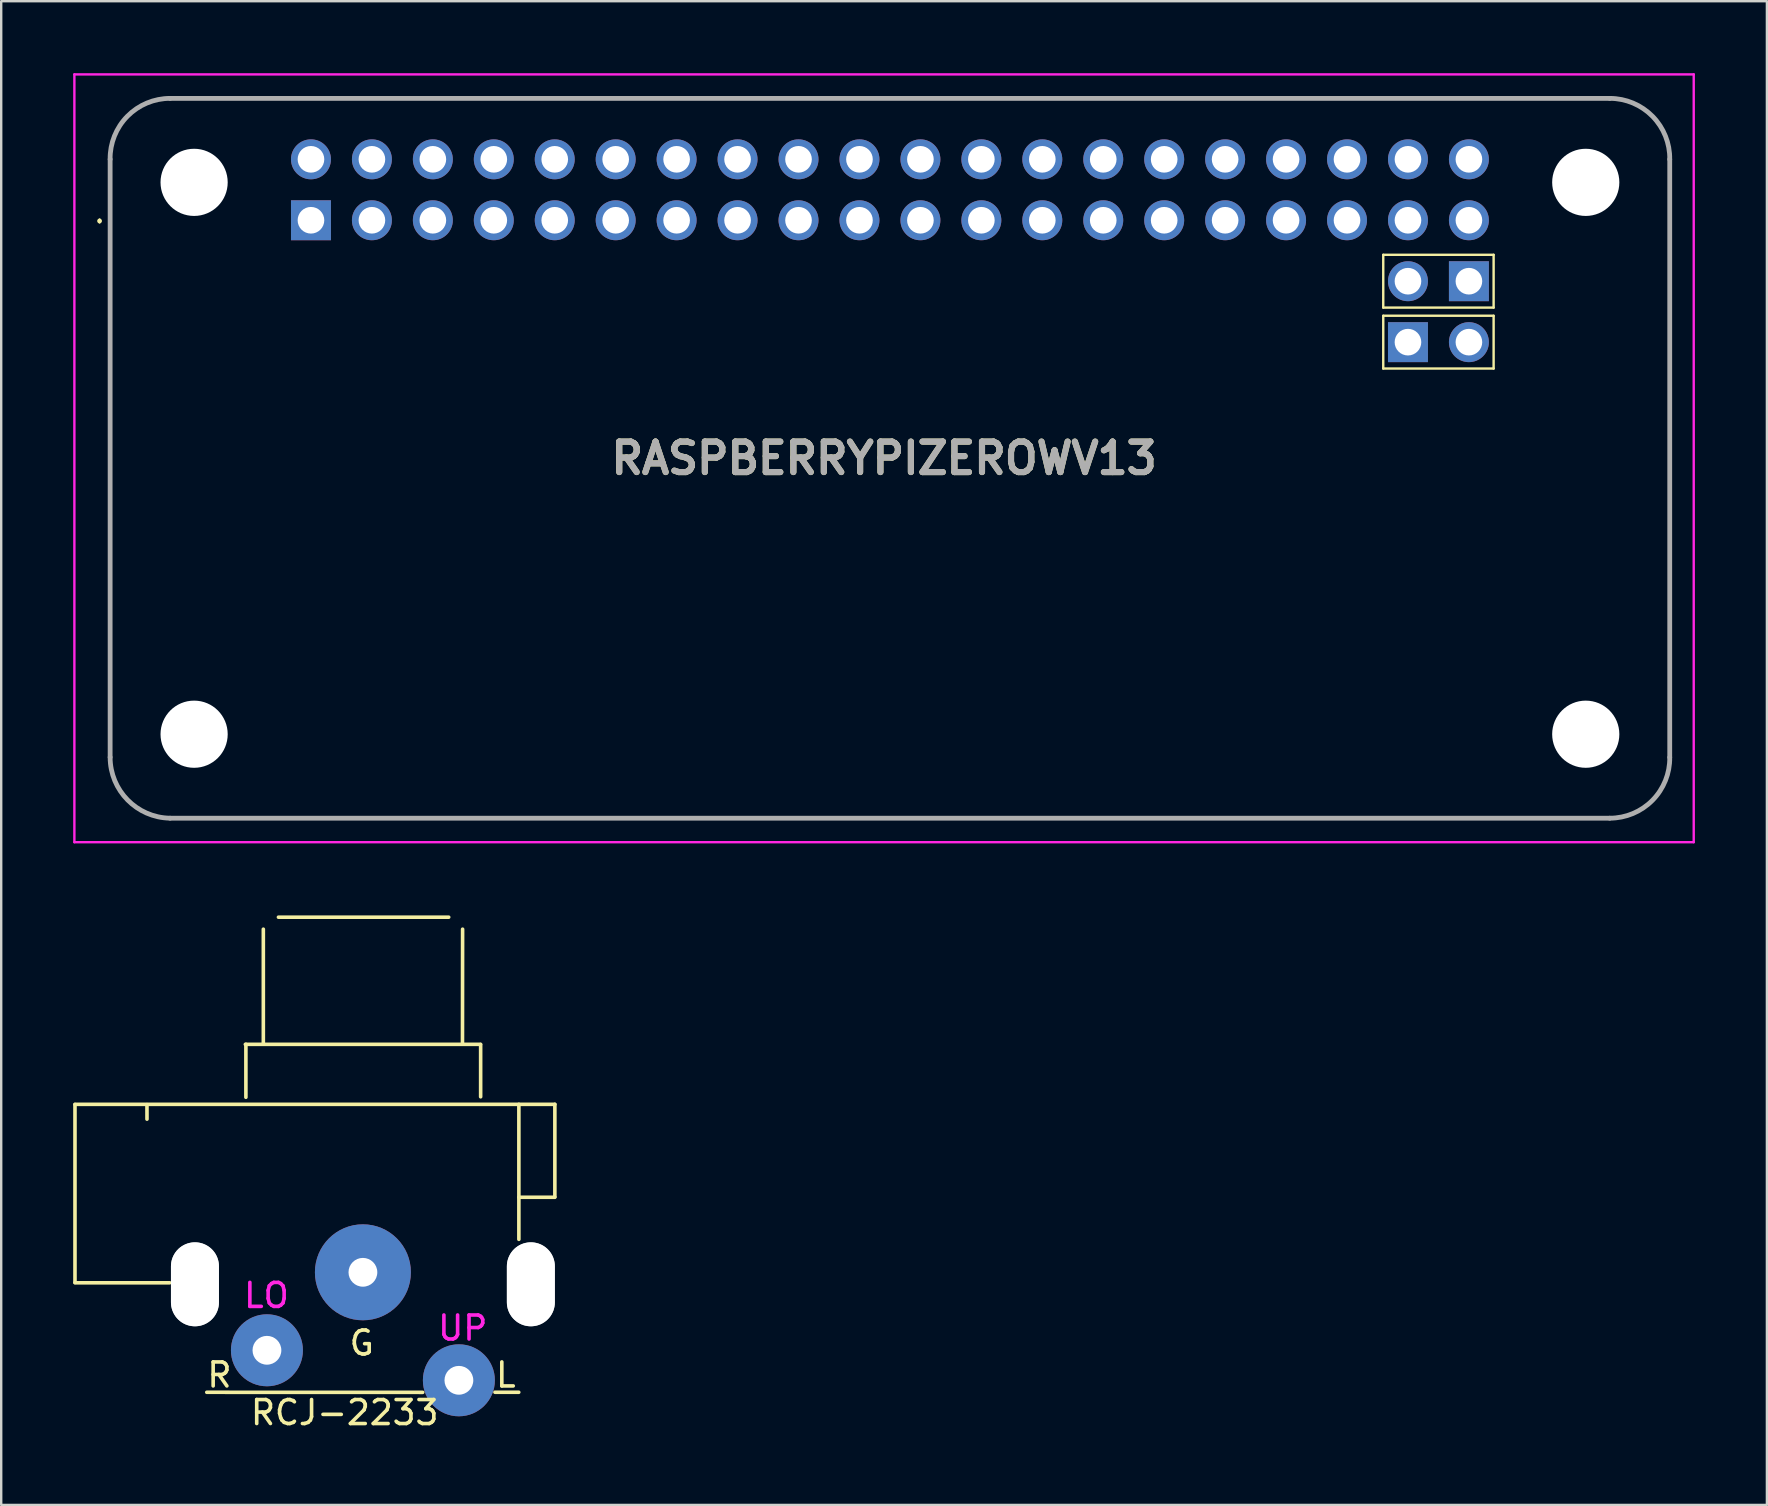
<source format=kicad_pcb>
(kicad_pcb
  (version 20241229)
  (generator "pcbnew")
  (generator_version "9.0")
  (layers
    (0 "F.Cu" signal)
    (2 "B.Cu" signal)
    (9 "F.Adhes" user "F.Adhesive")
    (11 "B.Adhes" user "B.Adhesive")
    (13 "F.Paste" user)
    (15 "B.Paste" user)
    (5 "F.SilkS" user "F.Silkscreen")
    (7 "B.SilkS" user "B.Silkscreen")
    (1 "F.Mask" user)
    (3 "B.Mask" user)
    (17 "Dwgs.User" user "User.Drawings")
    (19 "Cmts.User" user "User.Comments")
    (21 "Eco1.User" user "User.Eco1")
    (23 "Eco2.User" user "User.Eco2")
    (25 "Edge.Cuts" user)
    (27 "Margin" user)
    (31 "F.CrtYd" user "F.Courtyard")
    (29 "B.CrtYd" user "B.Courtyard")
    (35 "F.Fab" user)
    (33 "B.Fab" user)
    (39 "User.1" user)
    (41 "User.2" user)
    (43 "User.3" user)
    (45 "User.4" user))
  (footprint "RASPBERRYPIZEROWV13"
    (layer "F.Cu")
    (at 33.795 16.05)
    (property "Reference" "RASPBERRYPIZEROWV13" (at 0 0 0) (layer "F.SilkS") (effects (font (size 1.27 1.27) (thickness 0.254))))
    (attr through_hole)
    (fp_line (start -32.695 -9.94) (end -32.695 -9.94) (stroke (width 0.1) (type solid)) (layer "F.SilkS"))
    (fp_line (start -32.695 -9.84) (end -32.695 -9.84) (stroke (width 0.1) (type solid)) (layer "F.SilkS"))
    (fp_line (start -32.255 -12.46) (end -32.255 12.46) (stroke (width 0.1) (type solid)) (layer "F.SilkS"))
    (fp_line (start -29.755 15) (end 30.245 15) (stroke (width 0.1) (type solid)) (layer "F.SilkS"))
    (fp_line (start 20.805 -8.48) (end 25.405 -8.48) (stroke (width 0.1) (type solid)) (layer "F.SilkS"))
    (fp_line (start 20.805 -6.28) (end 20.805 -8.48) (stroke (width 0.1) (type solid)) (layer "F.SilkS"))
    (fp_line (start 20.805 -5.94) (end 25.405 -5.94) (stroke (width 0.1) (type solid)) (layer "F.SilkS"))
    (fp_line (start 20.805 -3.74) (end 20.805 -5.94) (stroke (width 0.1) (type solid)) (layer "F.SilkS"))
    (fp_line (start 25.405 -8.48) (end 25.405 -6.28) (stroke (width 0.1) (type solid)) (layer "F.SilkS"))
    (fp_line (start 25.405 -6.28) (end 20.805 -6.28) (stroke (width 0.1) (type solid)) (layer "F.SilkS"))
    (fp_line (start 25.405 -5.94) (end 25.405 -3.74) (stroke (width 0.1) (type solid)) (layer "F.SilkS"))
    (fp_line (start 25.405 -3.74) (end 20.805 -3.74) (stroke (width 0.1) (type solid)) (layer "F.SilkS"))
    (fp_line (start 30.245 -15) (end -29.755 -15) (stroke (width 0.1) (type solid)) (layer "F.SilkS"))
    (fp_line (start 32.745 12.46) (end 32.745 -12.46) (stroke (width 0.1) (type solid)) (layer "F.SilkS"))
    (fp_arc (start -32.695 -9.94) (mid -32.645 -9.89) (end -32.695 -9.84) (stroke (width 0.1) (type solid)) (layer "F.SilkS"))
    (fp_arc (start -32.695 -9.84) (mid -32.745 -9.89) (end -32.695 -9.94) (stroke (width 0.1) (type solid)) (layer "F.SilkS"))
    (fp_arc (start -32.255061 -12.463955) (mid -31.535456 -14.254877) (end -29.755 -15) (stroke (width 0.1) (type solid)) (layer "F.SilkS"))
    (fp_arc (start -29.759015 14.999933) (mid -31.526564 14.240534) (end -32.255 12.46) (stroke (width 0.1) (type solid)) (layer "F.SilkS"))
    (fp_arc (start 30.249015 -14.999933) (mid 32.016564 -14.240534) (end 32.745 -12.46) (stroke (width 0.1) (type solid)) (layer "F.SilkS"))
    (fp_arc (start 32.745061 12.463955) (mid 32.025456 14.254877) (end 30.245 15) (stroke (width 0.1) (type solid)) (layer "F.SilkS"))
    (fp_line (start -33.745 -16) (end 33.745 -16) (stroke (width 0.1) (type solid)) (layer "F.CrtYd"))
    (fp_line (start -33.745 16) (end -33.745 -16) (stroke (width 0.1) (type solid)) (layer "F.CrtYd"))
    (fp_line (start 33.745 -16) (end 33.745 16) (stroke (width 0.1) (type solid)) (layer "F.CrtYd"))
    (fp_line (start 33.745 16) (end -33.745 16) (stroke (width 0.1) (type solid)) (layer "F.CrtYd"))
    (fp_line (start -32.255 -12.46) (end -32.255 12.46) (stroke (width 0.2) (type solid)) (layer "F.Fab"))
    (fp_line (start -29.755 15) (end 30.245 15) (stroke (width 0.2) (type solid)) (layer "F.Fab"))
    (fp_line (start 30.245 -15) (end -29.755 -15) (stroke (width 0.2) (type solid)) (layer "F.Fab"))
    (fp_line (start 32.745 12.46) (end 32.745 -12.46) (stroke (width 0.2) (type solid)) (layer "F.Fab"))
    (fp_arc (start -32.255061 -12.463955) (mid -31.535456 -14.254877) (end -29.755 -15) (stroke (width 0.2) (type solid)) (layer "F.Fab"))
    (fp_arc (start -29.759015 14.999933) (mid -31.526564 14.240534) (end -32.255 12.46) (stroke (width 0.2) (type solid)) (layer "F.Fab"))
    (fp_arc (start 30.248955 -14.999995) (mid 32.028229 -14.252057) (end 32.745 -12.46) (stroke (width 0.2) (type solid)) (layer "F.Fab"))
    (fp_arc (start 32.745061 12.463955) (mid 32.025456 14.254877) (end 30.245 15) (stroke (width 0.2) (type solid)) (layer "F.Fab"))
    (fp_text user "${REFERENCE}" (at 0 0 0) (layer "F.Fab") (effects (font (size 1.27 1.27) (thickness 0.254))))
    (pad "" np_thru_hole circle (at -28.755 -11.5) (size 2.8 2.8) (drill 2.8) (layers "*.Cu" "*.Mask"))
    (pad "" np_thru_hole circle (at -28.755 11.5) (size 2.8 2.8) (drill 2.8) (layers "*.Cu" "*.Mask"))
    (pad "" np_thru_hole circle (at 29.245 -11.5) (size 2.8 2.8) (drill 2.8) (layers "*.Cu" "*.Mask"))
    (pad "" np_thru_hole circle (at 29.245 11.5) (size 2.8 2.8) (drill 2.8) (layers "*.Cu" "*.Mask"))
    (pad "1" thru_hole rect (at -23.885 -9.92) (size 1.665 1.665) (drill 1.11) (layers "*.Cu" "*.Mask"))
    (pad "2" thru_hole circle (at -23.885 -12.46) (size 1.665 1.665) (drill 1.11) (layers "*.Cu" "*.Mask"))
    (pad "3" thru_hole circle (at -21.345 -9.92) (size 1.665 1.665) (drill 1.11) (layers "*.Cu" "*.Mask"))
    (pad "4" thru_hole circle (at -21.345 -12.46) (size 1.665 1.665) (drill 1.11) (layers "*.Cu" "*.Mask"))
    (pad "5" thru_hole circle (at -18.805 -9.92) (size 1.665 1.665) (drill 1.11) (layers "*.Cu" "*.Mask"))
    (pad "6" thru_hole circle (at -18.805 -12.46) (size 1.665 1.665) (drill 1.11) (layers "*.Cu" "*.Mask"))
    (pad "7" thru_hole circle (at -16.265 -9.92) (size 1.665 1.665) (drill 1.11) (layers "*.Cu" "*.Mask"))
    (pad "8" thru_hole circle (at -16.265 -12.46) (size 1.665 1.665) (drill 1.11) (layers "*.Cu" "*.Mask"))
    (pad "9" thru_hole circle (at -13.725 -9.92) (size 1.665 1.665) (drill 1.11) (layers "*.Cu" "*.Mask"))
    (pad "10" thru_hole circle (at -13.725 -12.46) (size 1.665 1.665) (drill 1.11) (layers "*.Cu" "*.Mask"))
    (pad "11" thru_hole circle (at -11.185 -9.92) (size 1.665 1.665) (drill 1.11) (layers "*.Cu" "*.Mask"))
    (pad "12" thru_hole circle (at -11.185 -12.46) (size 1.665 1.665) (drill 1.11) (layers "*.Cu" "*.Mask"))
    (pad "13" thru_hole circle (at -8.645 -9.92) (size 1.665 1.665) (drill 1.11) (layers "*.Cu" "*.Mask"))
    (pad "14" thru_hole circle (at -8.645 -12.46) (size 1.665 1.665) (drill 1.11) (layers "*.Cu" "*.Mask"))
    (pad "15" thru_hole circle (at -6.105 -9.92) (size 1.665 1.665) (drill 1.11) (layers "*.Cu" "*.Mask"))
    (pad "16" thru_hole circle (at -6.105 -12.46) (size 1.665 1.665) (drill 1.11) (layers "*.Cu" "*.Mask"))
    (pad "17" thru_hole circle (at -3.565 -9.92) (size 1.665 1.665) (drill 1.11) (layers "*.Cu" "*.Mask"))
    (pad "18" thru_hole circle (at -3.565 -12.46) (size 1.665 1.665) (drill 1.11) (layers "*.Cu" "*.Mask"))
    (pad "19" thru_hole circle (at -1.025 -9.92) (size 1.665 1.665) (drill 1.11) (layers "*.Cu" "*.Mask"))
    (pad "20" thru_hole circle (at -1.025 -12.46) (size 1.665 1.665) (drill 1.11) (layers "*.Cu" "*.Mask"))
    (pad "21" thru_hole circle (at 1.515 -9.92) (size 1.665 1.665) (drill 1.11) (layers "*.Cu" "*.Mask"))
    (pad "22" thru_hole circle (at 1.515 -12.46) (size 1.665 1.665) (drill 1.11) (layers "*.Cu" "*.Mask"))
    (pad "23" thru_hole circle (at 4.055 -9.92) (size 1.665 1.665) (drill 1.11) (layers "*.Cu" "*.Mask"))
    (pad "24" thru_hole circle (at 4.055 -12.46) (size 1.665 1.665) (drill 1.11) (layers "*.Cu" "*.Mask"))
    (pad "25" thru_hole circle (at 6.595 -9.92) (size 1.665 1.665) (drill 1.11) (layers "*.Cu" "*.Mask"))
    (pad "26" thru_hole circle (at 6.595 -12.46) (size 1.665 1.665) (drill 1.11) (layers "*.Cu" "*.Mask"))
    (pad "27" thru_hole circle (at 9.135 -9.92) (size 1.665 1.665) (drill 1.11) (layers "*.Cu" "*.Mask"))
    (pad "28" thru_hole circle (at 9.135 -12.46) (size 1.665 1.665) (drill 1.11) (layers "*.Cu" "*.Mask"))
    (pad "29" thru_hole circle (at 11.675 -9.92) (size 1.665 1.665) (drill 1.11) (layers "*.Cu" "*.Mask"))
    (pad "30" thru_hole circle (at 11.675 -12.46) (size 1.665 1.665) (drill 1.11) (layers "*.Cu" "*.Mask"))
    (pad "31" thru_hole circle (at 14.215 -9.92) (size 1.665 1.665) (drill 1.11) (layers "*.Cu" "*.Mask"))
    (pad "32" thru_hole circle (at 14.215 -12.46) (size 1.665 1.665) (drill 1.11) (layers "*.Cu" "*.Mask"))
    (pad "33" thru_hole circle (at 16.755 -9.92) (size 1.665 1.665) (drill 1.11) (layers "*.Cu" "*.Mask"))
    (pad "34" thru_hole circle (at 16.755 -12.46) (size 1.665 1.665) (drill 1.11) (layers "*.Cu" "*.Mask"))
    (pad "35" thru_hole circle (at 19.295 -9.92) (size 1.665 1.665) (drill 1.11) (layers "*.Cu" "*.Mask"))
    (pad "36" thru_hole circle (at 19.295 -12.46) (size 1.665 1.665) (drill 1.11) (layers "*.Cu" "*.Mask"))
    (pad "37" thru_hole circle (at 21.835 -9.92) (size 1.665 1.665) (drill 1.11) (layers "*.Cu" "*.Mask"))
    (pad "38" thru_hole circle (at 21.835 -12.46) (size 1.665 1.665) (drill 1.11) (layers "*.Cu" "*.Mask"))
    (pad "39" thru_hole circle (at 24.375 -9.92) (size 1.665 1.665) (drill 1.11) (layers "*.Cu" "*.Mask"))
    (pad "40" thru_hole circle (at 24.375 -12.46) (size 1.665 1.665) (drill 1.11) (layers "*.Cu" "*.Mask"))
    (pad "41" thru_hole rect (at 24.375 -7.38) (size 1.665 1.665) (drill 1.11) (layers "*.Cu" "*.Mask"))
    (pad "42" thru_hole circle (at 21.835 -7.38) (size 1.665 1.665) (drill 1.11) (layers "*.Cu" "*.Mask"))
    (pad "43" thru_hole rect (at 21.835 -4.84) (size 1.665 1.665) (drill 1.11) (layers "*.Cu" "*.Mask"))
    (pad "44" thru_hole circle (at 24.375 -4.84) (size 1.665 1.665) (drill 1.11) (layers "*.Cu" "*.Mask")))
  (footprint "RCJ-2233"
    (layer "F.Cu")
    (at 12.075 49.976)
    (property "Reference" "RCJ-2233" (at -0.759 5.847 0) (layer "F.SilkS") (effects (font (size 1 1) (thickness 0.15))))
    (attr through_hole)
    (fp_line (start -12 -6.993) (end -12 0.422) (stroke (width 0.15) (type solid)) (layer "F.SilkS"))
    (fp_line (start -9 -6.988) (end -8.999 -6.383) (stroke (width 0.15) (type solid)) (layer "F.SilkS"))
    (fp_line (start -8.053 0.437) (end -12 0.437) (stroke (width 0.15) (type solid)) (layer "F.SilkS"))
    (fp_line (start -6.507 5.001) (end 2.492 5.004) (stroke (width 0.15) (type solid)) (layer "F.SilkS"))
    (fp_line (start -4.9 -9.5) (end 4.9 -9.5) (stroke (width 0.15) (type solid)) (layer "F.SilkS"))
    (fp_line (start -4.877 -9.502) (end -4.877 -7.295) (stroke (width 0.15) (type solid)) (layer "F.SilkS"))
    (fp_line (start -4.15 -9.505) (end -4.15 -14.3) (stroke (width 0.15) (type solid)) (layer "F.SilkS"))
    (fp_line (start -3.52 -14.8) (end 3.576 -14.8) (stroke (width 0.15) (type solid)) (layer "F.SilkS"))
    (fp_line (start 4.155 -14.3) (end 4.15 -9.507) (stroke (width 0.15) (type solid)) (layer "F.SilkS"))
    (fp_line (start 4.907 -9.495) (end 4.907 -7.315) (stroke (width 0.15) (type solid)) (layer "F.SilkS"))
    (fp_line (start 6.495 5) (end 5.504 4.999) (stroke (width 0.15) (type solid)) (layer "F.SilkS"))
    (fp_line (start 6.5 -7) (end 6.5 -1.374) (stroke (width 0.15) (type solid)) (layer "F.SilkS"))
    (fp_line (start 8 -7) (end -12 -7) (stroke (width 0.15) (type solid)) (layer "F.SilkS"))
    (fp_line (start 8 -3.15) (end 8 -7) (stroke (width 0.15) (type solid)) (layer "F.SilkS"))
    (fp_line (start 8 -3.127) (end 6.5 -3.127) (stroke (width 0.15) (type solid)) (layer "F.SilkS"))
    (fp_line (start -9.55 -6.985) (end -9.007 -6.383) (stroke (width 0.15) (type solid)) (layer "B.Paste"))
    (fp_line (start -9.007 -6.383) (end -8.494 -6.97) (stroke (width 0.15) (type solid)) (layer "B.Paste"))
    (fp_line (start -6.5 -7) (end -6.5 -1.234) (stroke (width 0.15) (type solid)) (layer "B.Paste"))
    (fp_line (start -6.492 4.996) (end -6.492 2.601) (stroke (width 0.15) (type solid)) (layer "B.Paste"))
    (fp_line (start 6.495 5.009) (end 6.502 2.601) (stroke (width 0.15) (type solid)) (layer "B.Paste"))
    (fp_arc (start -4.147996 -14.14272) (mid -3.95133 -14.609788) (end -3.4798 -14.7955) (stroke (width 0.15) (type solid)) (layer "B.Paste"))
    (fp_arc (start 3.5941 -14.80058) (mid 3.993467 -14.627276) (end 4.157823 -14.224143) (stroke (width 0.15) (type solid)) (layer "B.Paste"))
    (fp_text user "G" (at -0.048 2.949 0) (layer "F.SilkS") (effects (font (size 1 1) (thickness 0.15))))
    (fp_text user "L" (at 5.956 4.28 0) (layer "F.SilkS") (effects (font (size 1 1) (thickness 0.15))))
    (fp_text user "R" (at -5.979 4.28 0) (layer "F.SilkS") (effects (font (size 1 1) (thickness 0.15))))
    (fp_text user "LO" (at -4.021 0.965 0) (layer "F.CrtYd") (effects (font (size 1 1) (thickness 0.15))))
    (fp_text user "UP" (at 4.161 2.324 0) (layer "F.CrtYd") (effects (font (size 1 1) (thickness 0.15))))
    (pad "" np_thru_hole oval (at -7 0.5) (size 2 3.5) (drill oval 2 3.5) (layers "*.Cu" "*.Mask" "Dwgs.User"))
    (pad "" np_thru_hole oval (at 7 0.5) (size 2 3.5) (drill oval 2 3.5) (layers "*.Cu" "*.Mask" "Dwgs.User"))
    (pad "1" thru_hole circle (at 4 4.501) (size 3 3) (drill 1.2) (layers "*.Cu" "*.Mask"))
    (pad "2" thru_hole circle (at -4 3.25) (size 3 3) (drill 1.2) (layers "*.Cu" "*.Mask"))
    (pad "3" thru_hole circle (at 0 0) (size 4 4) (drill 1.2) (layers "*.Cu" "*.Mask")))
  (gr_rect
    (start -3 -3)
    (end 70.59 59.671)
    (stroke (width 0.1) (type default))
    (fill no)
    (layer "Edge.Cuts")))
</source>
